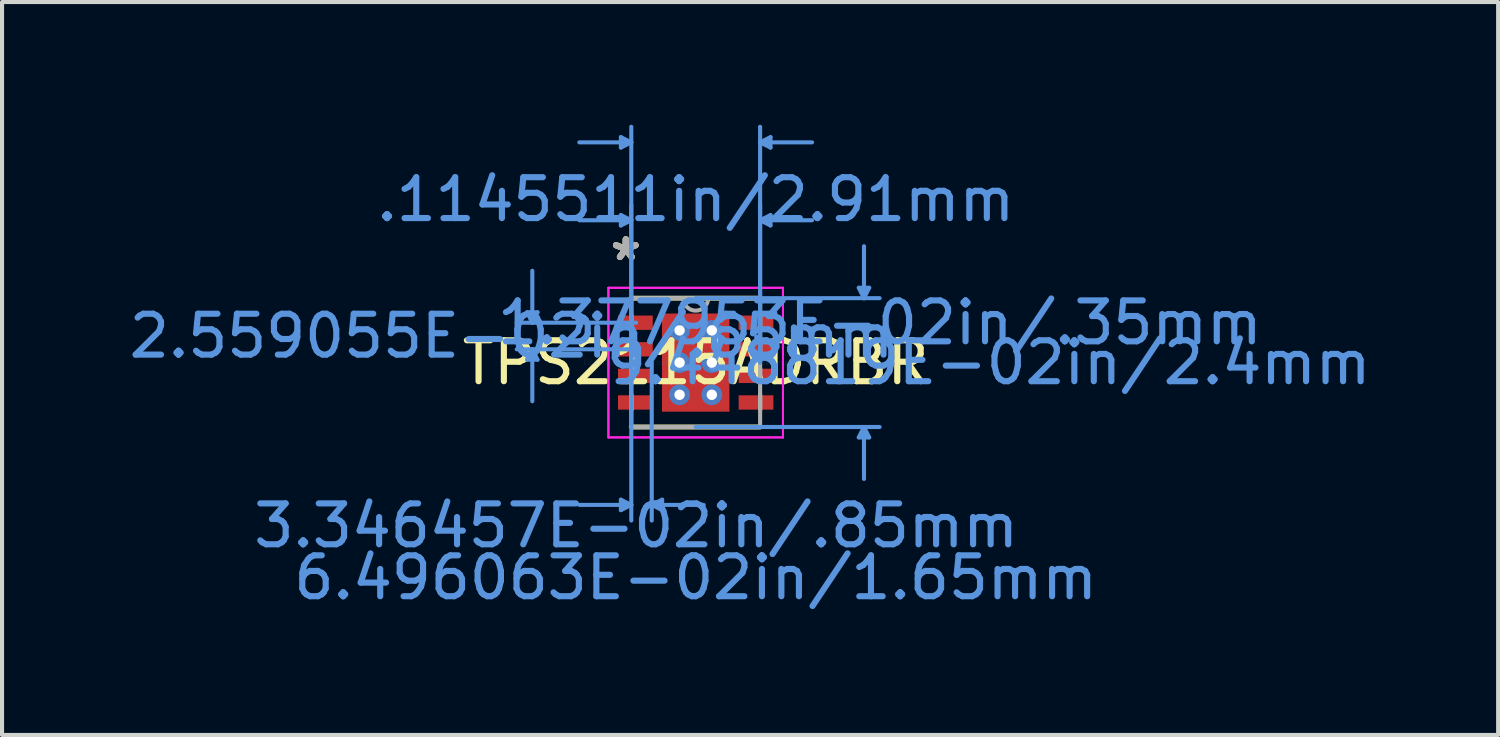
<source format=kicad_pcb>
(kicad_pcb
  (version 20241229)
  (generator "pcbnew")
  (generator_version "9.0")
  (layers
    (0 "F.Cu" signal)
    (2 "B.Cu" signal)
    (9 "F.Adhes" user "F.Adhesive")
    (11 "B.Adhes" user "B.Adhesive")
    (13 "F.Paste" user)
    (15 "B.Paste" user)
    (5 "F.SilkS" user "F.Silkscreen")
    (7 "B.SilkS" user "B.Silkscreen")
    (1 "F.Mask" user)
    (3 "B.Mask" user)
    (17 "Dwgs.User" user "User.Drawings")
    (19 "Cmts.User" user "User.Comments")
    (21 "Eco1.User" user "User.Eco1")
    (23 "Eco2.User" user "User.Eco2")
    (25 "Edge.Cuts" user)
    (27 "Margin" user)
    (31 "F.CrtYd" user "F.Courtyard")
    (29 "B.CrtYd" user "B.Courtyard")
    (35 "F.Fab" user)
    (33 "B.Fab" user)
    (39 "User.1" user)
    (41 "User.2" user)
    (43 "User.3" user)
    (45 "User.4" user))
  (footprint "TPS2115ADRBR"
    (layer "F.Cu")
    (at 13.961 5.816)
    (property "Reference" "TPS2115ADRBR" (at 0 0 0) (layer "F.SilkS") (effects (font (size 1 1) (thickness 0.15))))
    (attr through_hole)
    (fp_poly (pts (xy -1.97 -1.22) (xy -1.97 -0.73) (xy -0.98 -0.73) (xy -0.98 -1.22)) (stroke (width 0.1) (type solid)) (fill yes) (layer "F.Mask"))
    (fp_poly (pts (xy -1.97 -0.57) (xy -1.97 -0.08) (xy -0.98 -0.08) (xy -0.98 -0.57)) (stroke (width 0.1) (type solid)) (fill yes) (layer "F.Mask"))
    (fp_poly (pts (xy -1.97 0.08) (xy -1.97 0.57) (xy -0.98 0.57) (xy -0.98 0.08)) (stroke (width 0.1) (type solid)) (fill yes) (layer "F.Mask"))
    (fp_poly (pts (xy -1.97 0.73) (xy -1.97 1.22) (xy -0.98 1.22) (xy -0.98 0.73)) (stroke (width 0.1) (type solid)) (fill yes) (layer "F.Mask"))
    (fp_poly (pts (xy -0.888 -1.264) (xy -0.594 -1.264) (xy -0.594 1.264) (xy -0.888 1.264)) (stroke (width 0.1) (type solid)) (fill yes) (layer "F.Mask"))
    (fp_poly (pts (xy -0.888 -1.264) (xy 0.888 -1.264) (xy 0.888 -0.987) (xy -0.888 -0.987)) (stroke (width 0.1) (type solid)) (fill yes) (layer "F.Mask"))
    (fp_poly (pts (xy -0.888 -0.587) (xy 0.888 -0.587) (xy 0.888 -0.2) (xy -0.888 -0.2)) (stroke (width 0.1) (type solid)) (fill yes) (layer "F.Mask"))
    (fp_poly (pts (xy -0.888 0.2) (xy 0.888 0.2) (xy 0.888 0.587) (xy -0.888 0.587)) (stroke (width 0.1) (type solid)) (fill yes) (layer "F.Mask"))
    (fp_poly (pts (xy -0.888 0.987) (xy 0.888 0.987) (xy 0.888 1.264) (xy -0.888 1.264)) (stroke (width 0.1) (type solid)) (fill yes) (layer "F.Mask"))
    (fp_poly (pts (xy 0.194 -1.264) (xy -0.194 -1.264) (xy -0.194 1.264) (xy 0.194 1.264)) (stroke (width 0.1) (type solid)) (fill yes) (layer "F.Mask"))
    (fp_poly (pts (xy 0.594 -1.264) (xy 0.888 -1.264) (xy 0.888 1.264) (xy 0.594 1.264)) (stroke (width 0.1) (type solid)) (fill yes) (layer "F.Mask"))
    (fp_poly (pts (xy 0.98 -1.22) (xy 0.98 -0.73) (xy 1.97 -0.73) (xy 1.97 -1.22)) (stroke (width 0.1) (type solid)) (fill yes) (layer "F.Mask"))
    (fp_poly (pts (xy 0.98 -0.57) (xy 0.98 -0.08) (xy 1.97 -0.08) (xy 1.97 -0.57)) (stroke (width 0.1) (type solid)) (fill yes) (layer "F.Mask"))
    (fp_poly (pts (xy 0.98 0.08) (xy 0.98 0.57) (xy 1.97 0.57) (xy 1.97 0.08)) (stroke (width 0.1) (type solid)) (fill yes) (layer "F.Mask"))
    (fp_poly (pts (xy 0.98 0.73) (xy 0.98 1.22) (xy 1.97 1.22) (xy 1.97 0.73)) (stroke (width 0.1) (type solid)) (fill yes) (layer "F.Mask"))
    (fp_line (start -1.575 1.575) (end 1.575 1.575) (stroke (width 0.12) (type solid)) (layer "F.SilkS"))
    (fp_line (start 1.575 -1.575) (end -1.575 -1.575) (stroke (width 0.12) (type solid)) (layer "F.SilkS"))
    (fp_poly (pts (xy -1.875 -1.125) (xy -1.875 -0.825) (xy -1.075 -0.825) (xy -1.075 -1.125)) (stroke (width 0.1) (type solid)) (fill yes) (layer "F.Paste"))
    (fp_poly (pts (xy -1.875 -0.475) (xy -1.875 -0.175) (xy -1.075 -0.175) (xy -1.075 -0.475)) (stroke (width 0.1) (type solid)) (fill yes) (layer "F.Paste"))
    (fp_poly (pts (xy -1.875 0.175) (xy -1.875 0.475) (xy -1.075 0.475) (xy -1.075 0.175)) (stroke (width 0.1) (type solid)) (fill yes) (layer "F.Paste"))
    (fp_poly (pts (xy -1.875 0.825) (xy -1.875 1.125) (xy -1.075 1.125) (xy -1.075 0.825)) (stroke (width 0.1) (type solid)) (fill yes) (layer "F.Paste"))
    (fp_poly (pts (xy 1.075 -1.125) (xy 1.075 -0.825) (xy 1.875 -0.825) (xy 1.875 -1.125)) (stroke (width 0.1) (type solid)) (fill yes) (layer "F.Paste"))
    (fp_poly (pts (xy 1.075 -0.475) (xy 1.075 -0.175) (xy 1.875 -0.175) (xy 1.875 -0.475)) (stroke (width 0.1) (type solid)) (fill yes) (layer "F.Paste"))
    (fp_poly (pts (xy 1.075 0.175) (xy 1.075 0.475) (xy 1.875 0.475) (xy 1.875 0.175)) (stroke (width 0.1) (type solid)) (fill yes) (layer "F.Paste"))
    (fp_poly (pts (xy 1.075 0.825) (xy 1.075 1.125) (xy 1.875 1.125) (xy 1.875 0.825)) (stroke (width 0.1) (type solid)) (fill yes) (layer "F.Paste"))
    (fp_poly (pts (xy -0.75 -1.125) (xy -0.75 -0.887) (xy -0.635 -0.887) (xy -0.494 -1.029) (xy -0.494 -1.125)) (stroke (width 0.1) (type solid)) (fill yes) (layer "F.Paste"))
    (fp_poly (pts (xy -0.75 0.887) (xy -0.75 1.125) (xy -0.494 1.125) (xy -0.494 1.029) (xy -0.635 0.887)) (stroke (width 0.1) (type solid)) (fill yes) (layer "F.Paste"))
    (fp_poly (pts (xy 0.494 -1.125) (xy 0.494 -1.029) (xy 0.635 -0.887) (xy 0.75 -0.887) (xy 0.75 -1.125)) (stroke (width 0.1) (type solid)) (fill yes) (layer "F.Paste"))
    (fp_poly (pts (xy 0.635 0.887) (xy 0.494 1.029) (xy 0.494 1.125) (xy 0.75 1.125) (xy 0.75 0.887)) (stroke (width 0.1) (type solid)) (fill yes) (layer "F.Paste"))
    (fp_poly (pts (xy -0.75 -0.687) (xy -0.75 -0.1) (xy -0.635 -0.1) (xy -0.494 -0.241) (xy -0.494 -0.546) (xy -0.635 -0.687)) (stroke (width 0.1) (type solid)) (fill yes) (layer "F.Paste"))
    (fp_poly (pts (xy -0.75 0.1) (xy -0.75 0.687) (xy -0.635 0.687) (xy -0.494 0.546) (xy -0.494 0.241) (xy -0.635 0.1)) (stroke (width 0.1) (type solid)) (fill yes) (layer "F.Paste"))
    (fp_poly (pts (xy -0.294 -1.125) (xy -0.294 -1.029) (xy -0.152 -0.887) (xy 0.152 -0.887) (xy 0.294 -1.029) (xy 0.294 -1.125)) (stroke (width 0.1) (type solid)) (fill yes) (layer "F.Paste"))
    (fp_poly (pts (xy -0.152 0.887) (xy -0.294 1.029) (xy -0.294 1.125) (xy 0.294 1.125) (xy 0.294 1.029) (xy 0.152 0.887)) (stroke (width 0.1) (type solid)) (fill yes) (layer "F.Paste"))
    (fp_poly (pts (xy 0.635 -0.687) (xy 0.494 -0.546) (xy 0.494 -0.241) (xy 0.635 -0.1) (xy 0.75 -0.1) (xy 0.75 -0.687)) (stroke (width 0.1) (type solid)) (fill yes) (layer "F.Paste"))
    (fp_poly (pts (xy 0.635 0.1) (xy 0.494 0.241) (xy 0.494 0.546) (xy 0.635 0.687) (xy 0.75 0.687) (xy 0.75 0.1)) (stroke (width 0.1) (type solid)) (fill yes) (layer "F.Paste"))
    (fp_poly (pts (xy -0.152 -0.687) (xy -0.294 -0.546) (xy -0.294 -0.241) (xy -0.152 -0.1) (xy 0.152 -0.1) (xy 0.294 -0.241) (xy 0.294 -0.546) (xy 0.152 -0.687)) (stroke (width 0.1) (type solid)) (fill yes) (layer "F.Paste"))
    (fp_poly (pts (xy -0.152 0.1) (xy -0.294 0.241) (xy -0.294 0.546) (xy -0.152 0.687) (xy 0.152 0.687) (xy 0.294 0.546) (xy 0.294 0.241) (xy 0.152 0.1)) (stroke (width 0.1) (type solid)) (fill yes) (layer "F.Paste"))
    (fp_line (start -4.122 -1.229) (end -3.868 -1.229) (stroke (width 0.1) (type solid)) (layer "Cmts.User"))
    (fp_line (start -4.122 -0.071) (end -3.868 -0.071) (stroke (width 0.1) (type solid)) (layer "Cmts.User"))
    (fp_line (start -3.995 -0.975) (end -4.122 -1.229) (stroke (width 0.1) (type solid)) (layer "Cmts.User"))
    (fp_line (start -3.995 -0.975) (end -3.995 -2.245) (stroke (width 0.1) (type solid)) (layer "Cmts.User"))
    (fp_line (start -3.995 -0.975) (end -3.868 -1.229) (stroke (width 0.1) (type solid)) (layer "Cmts.User"))
    (fp_line (start -3.995 -0.325) (end -4.122 -0.071) (stroke (width 0.1) (type solid)) (layer "Cmts.User"))
    (fp_line (start -3.995 -0.325) (end -3.995 0.945) (stroke (width 0.1) (type solid)) (layer "Cmts.User"))
    (fp_line (start -3.995 -0.325) (end -3.868 -0.071) (stroke (width 0.1) (type solid)) (layer "Cmts.User"))
    (fp_line (start -1.829 -5.512) (end -1.829 -5.258) (stroke (width 0.1) (type solid)) (layer "Cmts.User"))
    (fp_line (start -1.829 -3.607) (end -1.829 -3.353) (stroke (width 0.1) (type solid)) (layer "Cmts.User"))
    (fp_line (start -1.829 3.353) (end -1.829 3.607) (stroke (width 0.1) (type solid)) (layer "Cmts.User"))
    (fp_line (start -1.575 -5.385) (end -2.845 -5.385) (stroke (width 0.1) (type solid)) (layer "Cmts.User"))
    (fp_line (start -1.575 -5.385) (end -1.829 -5.512) (stroke (width 0.1) (type solid)) (layer "Cmts.User"))
    (fp_line (start -1.575 -5.385) (end -1.829 -5.258) (stroke (width 0.1) (type solid)) (layer "Cmts.User"))
    (fp_line (start -1.575 -3.48) (end -2.845 -3.48) (stroke (width 0.1) (type solid)) (layer "Cmts.User"))
    (fp_line (start -1.575 -3.48) (end -1.829 -3.607) (stroke (width 0.1) (type solid)) (layer "Cmts.User"))
    (fp_line (start -1.575 -3.48) (end -1.829 -3.353) (stroke (width 0.1) (type solid)) (layer "Cmts.User"))
    (fp_line (start -1.575 0) (end -1.575 -5.766) (stroke (width 0.1) (type solid)) (layer "Cmts.User"))
    (fp_line (start -1.575 0) (end -1.575 -3.861) (stroke (width 0.1) (type solid)) (layer "Cmts.User"))
    (fp_line (start -1.575 0) (end -1.575 3.861) (stroke (width 0.1) (type solid)) (layer "Cmts.User"))
    (fp_line (start -1.575 3.48) (end -2.845 3.48) (stroke (width 0.1) (type solid)) (layer "Cmts.User"))
    (fp_line (start -1.575 3.48) (end -1.829 3.353) (stroke (width 0.1) (type solid)) (layer "Cmts.User"))
    (fp_line (start -1.575 3.48) (end -1.829 3.607) (stroke (width 0.1) (type solid)) (layer "Cmts.User"))
    (fp_line (start -1.455 -0.975) (end -4.376 -0.975) (stroke (width 0.1) (type solid)) (layer "Cmts.User"))
    (fp_line (start -1.455 -0.325) (end -4.376 -0.325) (stroke (width 0.1) (type solid)) (layer "Cmts.User"))
    (fp_line (start -1.075 0) (end -1.075 3.861) (stroke (width 0.1) (type solid)) (layer "Cmts.User"))
    (fp_line (start -1.075 3.48) (end -0.821 3.353) (stroke (width 0.1) (type solid)) (layer "Cmts.User"))
    (fp_line (start -1.075 3.48) (end -0.821 3.607) (stroke (width 0.1) (type solid)) (layer "Cmts.User"))
    (fp_line (start -1.075 3.48) (end 0.195 3.48) (stroke (width 0.1) (type solid)) (layer "Cmts.User"))
    (fp_line (start -0.821 3.353) (end -0.821 3.607) (stroke (width 0.1) (type solid)) (layer "Cmts.User"))
    (fp_line (start 0 -1.575) (end 4.496 -1.575) (stroke (width 0.1) (type solid)) (layer "Cmts.User"))
    (fp_line (start 0 1.575) (end 4.496 1.575) (stroke (width 0.1) (type solid)) (layer "Cmts.User"))
    (fp_line (start 1.575 -5.385) (end 1.829 -5.512) (stroke (width 0.1) (type solid)) (layer "Cmts.User"))
    (fp_line (start 1.575 -5.385) (end 1.829 -5.258) (stroke (width 0.1) (type solid)) (layer "Cmts.User"))
    (fp_line (start 1.575 -5.385) (end 2.845 -5.385) (stroke (width 0.1) (type solid)) (layer "Cmts.User"))
    (fp_line (start 1.575 -3.48) (end 1.829 -3.607) (stroke (width 0.1) (type solid)) (layer "Cmts.User"))
    (fp_line (start 1.575 -3.48) (end 1.829 -3.353) (stroke (width 0.1) (type solid)) (layer "Cmts.User"))
    (fp_line (start 1.575 -3.48) (end 2.845 -3.48) (stroke (width 0.1) (type solid)) (layer "Cmts.User"))
    (fp_line (start 1.575 0) (end 1.575 -5.766) (stroke (width 0.1) (type solid)) (layer "Cmts.User"))
    (fp_line (start 1.575 0) (end 1.575 -3.861) (stroke (width 0.1) (type solid)) (layer "Cmts.User"))
    (fp_line (start 1.829 -5.512) (end 1.829 -5.258) (stroke (width 0.1) (type solid)) (layer "Cmts.User"))
    (fp_line (start 1.829 -3.607) (end 1.829 -3.353) (stroke (width 0.1) (type solid)) (layer "Cmts.User"))
    (fp_line (start 3.988 -1.829) (end 4.242 -1.829) (stroke (width 0.1) (type solid)) (layer "Cmts.User"))
    (fp_line (start 3.988 1.829) (end 4.242 1.829) (stroke (width 0.1) (type solid)) (layer "Cmts.User"))
    (fp_line (start 4.115 -1.575) (end 3.988 -1.829) (stroke (width 0.1) (type solid)) (layer "Cmts.User"))
    (fp_line (start 4.115 -1.575) (end 4.115 -2.845) (stroke (width 0.1) (type solid)) (layer "Cmts.User"))
    (fp_line (start 4.115 -1.575) (end 4.242 -1.829) (stroke (width 0.1) (type solid)) (layer "Cmts.User"))
    (fp_line (start 4.115 1.575) (end 3.988 1.829) (stroke (width 0.1) (type solid)) (layer "Cmts.User"))
    (fp_line (start 4.115 1.575) (end 4.115 2.845) (stroke (width 0.1) (type solid)) (layer "Cmts.User"))
    (fp_line (start 4.115 1.575) (end 4.242 1.829) (stroke (width 0.1) (type solid)) (layer "Cmts.User"))
    (fp_line (start -2.134 -1.829) (end 2.134 -1.829) (stroke (width 0.05) (type solid)) (layer "F.CrtYd"))
    (fp_line (start -2.134 -1.829) (end 2.134 -1.829) (stroke (width 0.05) (type solid)) (layer "F.CrtYd"))
    (fp_line (start -2.134 1.829) (end -2.134 -1.829) (stroke (width 0.05) (type solid)) (layer "F.CrtYd"))
    (fp_line (start -2.134 1.829) (end -2.134 -1.829) (stroke (width 0.05) (type solid)) (layer "F.CrtYd"))
    (fp_line (start 2.134 -1.829) (end 2.134 1.829) (stroke (width 0.05) (type solid)) (layer "F.CrtYd"))
    (fp_line (start 2.134 -1.829) (end 2.134 1.829) (stroke (width 0.05) (type solid)) (layer "F.CrtYd"))
    (fp_line (start 2.134 1.829) (end -2.134 1.829) (stroke (width 0.05) (type solid)) (layer "F.CrtYd"))
    (fp_line (start 2.134 1.829) (end -2.134 1.829) (stroke (width 0.05) (type solid)) (layer "F.CrtYd"))
    (fp_line (start -1.575 -1.575) (end -1.575 1.575) (stroke (width 0.1) (type solid)) (layer "F.Fab"))
    (fp_line (start -1.575 -1.16) (end -1.575 -1.16) (stroke (width 0.1) (type solid)) (layer "F.Fab"))
    (fp_line (start -1.575 -1.16) (end -1.575 -0.79) (stroke (width 0.1) (type solid)) (layer "F.Fab"))
    (fp_line (start -1.575 -0.79) (end -1.575 -1.16) (stroke (width 0.1) (type solid)) (layer "F.Fab"))
    (fp_line (start -1.575 -0.79) (end -1.575 -0.79) (stroke (width 0.1) (type solid)) (layer "F.Fab"))
    (fp_line (start -1.575 -0.51) (end -1.575 -0.51) (stroke (width 0.1) (type solid)) (layer "F.Fab"))
    (fp_line (start -1.575 -0.51) (end -1.575 -0.14) (stroke (width 0.1) (type solid)) (layer "F.Fab"))
    (fp_line (start -1.575 -0.14) (end -1.575 -0.51) (stroke (width 0.1) (type solid)) (layer "F.Fab"))
    (fp_line (start -1.575 -0.14) (end -1.575 -0.14) (stroke (width 0.1) (type solid)) (layer "F.Fab"))
    (fp_line (start -1.575 0.14) (end -1.575 0.14) (stroke (width 0.1) (type solid)) (layer "F.Fab"))
    (fp_line (start -1.575 0.14) (end -1.575 0.51) (stroke (width 0.1) (type solid)) (layer "F.Fab"))
    (fp_line (start -1.575 0.51) (end -1.575 0.14) (stroke (width 0.1) (type solid)) (layer "F.Fab"))
    (fp_line (start -1.575 0.51) (end -1.575 0.51) (stroke (width 0.1) (type solid)) (layer "F.Fab"))
    (fp_line (start -1.575 0.79) (end -1.575 0.79) (stroke (width 0.1) (type solid)) (layer "F.Fab"))
    (fp_line (start -1.575 0.79) (end -1.575 1.16) (stroke (width 0.1) (type solid)) (layer "F.Fab"))
    (fp_line (start -1.575 1.16) (end -1.575 0.79) (stroke (width 0.1) (type solid)) (layer "F.Fab"))
    (fp_line (start -1.575 1.16) (end -1.575 1.16) (stroke (width 0.1) (type solid)) (layer "F.Fab"))
    (fp_line (start -1.575 1.575) (end 1.575 1.575) (stroke (width 0.1) (type solid)) (layer "F.Fab"))
    (fp_line (start 1.575 -1.575) (end -1.575 -1.575) (stroke (width 0.1) (type solid)) (layer "F.Fab"))
    (fp_line (start 1.575 -1.16) (end 1.575 -1.16) (stroke (width 0.1) (type solid)) (layer "F.Fab"))
    (fp_line (start 1.575 -1.16) (end 1.575 -0.79) (stroke (width 0.1) (type solid)) (layer "F.Fab"))
    (fp_line (start 1.575 -0.79) (end 1.575 -1.16) (stroke (width 0.1) (type solid)) (layer "F.Fab"))
    (fp_line (start 1.575 -0.79) (end 1.575 -0.79) (stroke (width 0.1) (type solid)) (layer "F.Fab"))
    (fp_line (start 1.575 -0.51) (end 1.575 -0.51) (stroke (width 0.1) (type solid)) (layer "F.Fab"))
    (fp_line (start 1.575 -0.51) (end 1.575 -0.14) (stroke (width 0.1) (type solid)) (layer "F.Fab"))
    (fp_line (start 1.575 -0.14) (end 1.575 -0.51) (stroke (width 0.1) (type solid)) (layer "F.Fab"))
    (fp_line (start 1.575 -0.14) (end 1.575 -0.14) (stroke (width 0.1) (type solid)) (layer "F.Fab"))
    (fp_line (start 1.575 0.14) (end 1.575 0.14) (stroke (width 0.1) (type solid)) (layer "F.Fab"))
    (fp_line (start 1.575 0.14) (end 1.575 0.51) (stroke (width 0.1) (type solid)) (layer "F.Fab"))
    (fp_line (start 1.575 0.51) (end 1.575 0.14) (stroke (width 0.1) (type solid)) (layer "F.Fab"))
    (fp_line (start 1.575 0.51) (end 1.575 0.51) (stroke (width 0.1) (type solid)) (layer "F.Fab"))
    (fp_line (start 1.575 0.79) (end 1.575 0.79) (stroke (width 0.1) (type solid)) (layer "F.Fab"))
    (fp_line (start 1.575 0.79) (end 1.575 1.16) (stroke (width 0.1) (type solid)) (layer "F.Fab"))
    (fp_line (start 1.575 1.16) (end 1.575 0.79) (stroke (width 0.1) (type solid)) (layer "F.Fab"))
    (fp_line (start 1.575 1.16) (end 1.575 1.16) (stroke (width 0.1) (type solid)) (layer "F.Fab"))
    (fp_line (start 1.575 1.575) (end 1.575 -1.575) (stroke (width 0.1) (type solid)) (layer "F.Fab"))
    (fp_arc (start 0.3048 -1.574999) (mid 0 -1.270199) (end -0.3048 -1.574999) (stroke (width 0.1) (type solid)) (layer "F.Fab"))
    (fp_text user "*" (at -1.709 -2.468 0) (layer "F.SilkS") (effects (font (size 1 1) (thickness 0.15))))
    (fp_text user "*" (at -1.709 -2.468 0) (layer "F.SilkS") (effects (font (size 1 1) (thickness 0.15))))
    (fp_text user "9.448819E-02in/2.4mm" (at 7.163 0 0) (layer "Cmts.User") (effects (font (size 1 1) (thickness 0.15))))
    (fp_text user "1.377953E-02in/.35mm" (at 4.503 -0.975 0) (layer "Cmts.User") (effects (font (size 1 1) (thickness 0.15))))
    (fp_text user "Copyright 2021 Accelerated Designs. All rights reserved." (at 0 0 0) (layer "Cmts.User") (effects (font (size 0.127 0.127) (thickness 0.002))))
    (fp_text user "3.346457E-02in/.85mm" (at -1.455 3.988 0) (layer "Cmts.User") (effects (font (size 1 1) (thickness 0.15))))
    (fp_text user ".1145511in/2.91mm" (at 0 -3.988 0) (layer "Cmts.User") (effects (font (size 1 1) (thickness 0.15))))
    (fp_text user "6.496063E-02in/1.65mm" (at 0 5.258 0) (layer "Cmts.User") (effects (font (size 1 1) (thickness 0.15))))
    (fp_text user "2.559055E-02in/.65mm" (at -4.503 -0.65 0) (layer "Cmts.User") (effects (font (size 1 1) (thickness 0.15))))
    (fp_text user "*" (at -1.709 -2.468 0) (layer "F.Fab") (effects (font (size 1 1) (thickness 0.15))))
    (fp_text user "*" (at -1.709 -2.468 0) (layer "F.Fab") (effects (font (size 1 1) (thickness 0.15))))
    (pad "1" smd rect (at -1.475 -0.975) (size 0.85 0.35) (layers "F.Cu" "F.Mask"))
    (pad "2" smd rect (at -1.475 -0.325) (size 0.85 0.35) (layers "F.Cu" "F.Mask"))
    (pad "3" smd rect (at -1.475 0.325) (size 0.85 0.35) (layers "F.Cu" "F.Mask"))
    (pad "4" smd rect (at -1.475 0.975) (size 0.85 0.35) (layers "F.Cu" "F.Mask"))
    (pad "5" smd rect (at 1.475 0.975) (size 0.85 0.35) (layers "F.Cu" "F.Mask"))
    (pad "6" smd rect (at 1.475 0.325) (size 0.85 0.35) (layers "F.Cu" "F.Mask"))
    (pad "7" smd rect (at 1.475 -0.325) (size 0.85 0.35) (layers "F.Cu" "F.Mask"))
    (pad "8" smd rect (at 1.475 -0.975) (size 0.85 0.35) (layers "F.Cu" "F.Mask"))
    (pad "9" smd rect (at 0 0) (size 1.65 2.4) (layers "F.Cu"))
    (pad "V" thru_hole circle (at -0.394 -0.787) (size 0.508 0.508) (drill 0.254) (layers "*.Cu" "*.Mask"))
    (pad "V" thru_hole circle (at -0.394 0) (size 0.508 0.508) (drill 0.254) (layers "*.Cu" "*.Mask"))
    (pad "V" thru_hole circle (at -0.394 0.787) (size 0.508 0.508) (drill 0.254) (layers "*.Cu" "*.Mask"))
    (pad "V" thru_hole circle (at 0.394 -0.787) (size 0.508 0.508) (drill 0.254) (layers "*.Cu" "*.Mask"))
    (pad "V" thru_hole circle (at 0.394 0) (size 0.508 0.508) (drill 0.254) (layers "*.Cu" "*.Mask"))
    (pad "V" thru_hole circle (at 0.394 0.787) (size 0.508 0.508) (drill 0.254) (layers "*.Cu" "*.Mask")))
  (gr_rect
    (start -3 -3)
    (end 33.582 14.922)
    (stroke (width 0.1) (type default))
    (fill no)
    (layer "Edge.Cuts")))
</source>
